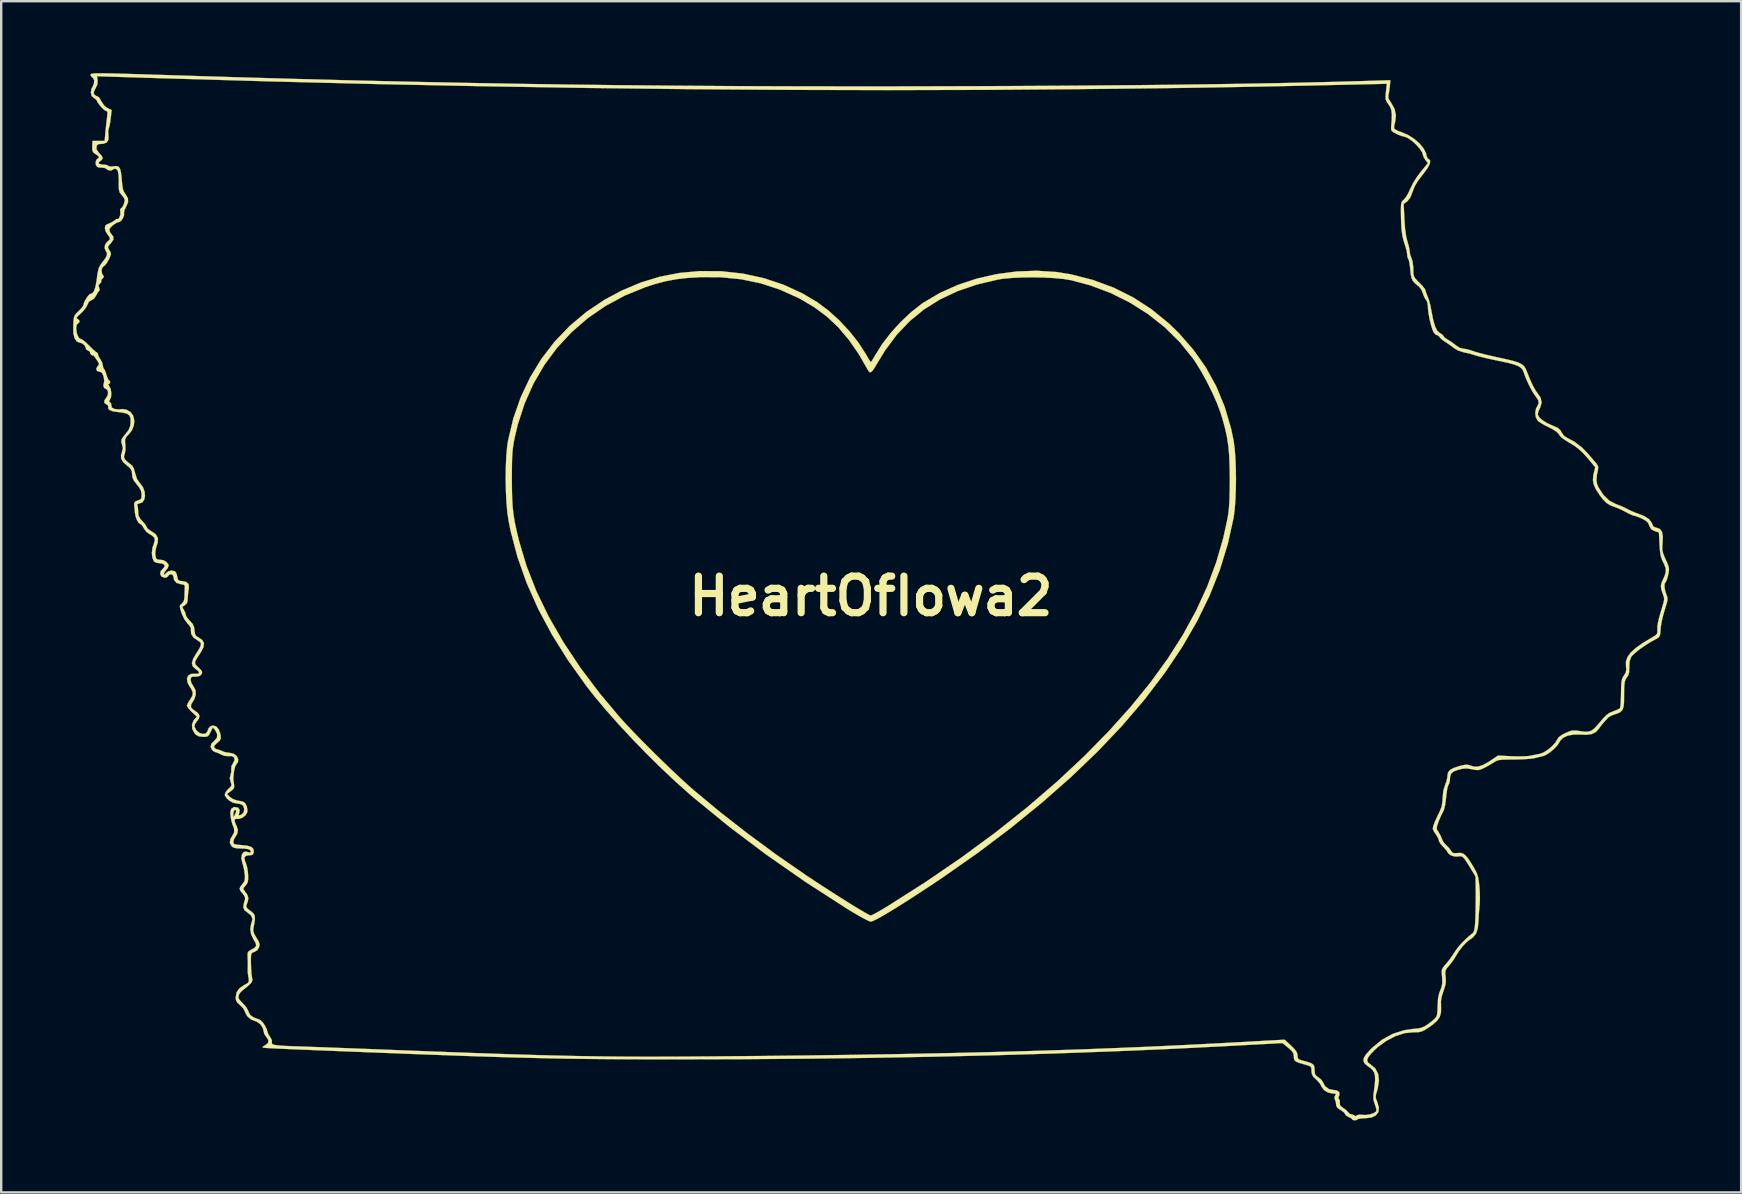
<source format=kicad_pcb>
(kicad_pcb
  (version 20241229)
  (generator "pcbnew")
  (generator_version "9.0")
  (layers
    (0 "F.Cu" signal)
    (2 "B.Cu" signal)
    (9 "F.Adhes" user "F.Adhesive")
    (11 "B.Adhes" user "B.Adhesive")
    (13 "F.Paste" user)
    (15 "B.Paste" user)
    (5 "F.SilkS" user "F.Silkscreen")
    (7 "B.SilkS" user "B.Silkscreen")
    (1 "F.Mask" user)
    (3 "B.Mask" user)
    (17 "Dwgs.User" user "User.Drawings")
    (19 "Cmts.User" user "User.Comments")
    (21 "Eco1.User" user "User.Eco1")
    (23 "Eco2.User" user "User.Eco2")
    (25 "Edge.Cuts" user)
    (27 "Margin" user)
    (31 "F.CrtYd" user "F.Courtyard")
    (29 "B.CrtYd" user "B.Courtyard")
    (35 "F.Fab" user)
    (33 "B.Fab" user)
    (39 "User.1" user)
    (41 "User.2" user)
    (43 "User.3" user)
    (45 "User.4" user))
  (footprint "HeartOfIowa2"
    (layer "F.Cu")
    (at 33.239 21.793)
    (property "Reference" "HeartOfIowa2" (at 0 0 0) (layer "F.SilkS") (effects (font (size 1.524 1.524) (thickness 0.3))))
    (attr through_hole)
    (fp_poly (pts (xy 7.738 -13.508) (xy 8.331 -13.413) (xy 9.253 -13.177) (xy 10.121 -12.856) (xy 10.935 -12.448) (xy 11.699 -11.953) (xy 12.414 -11.37) (xy 12.831 -10.966) (xy 13.442 -10.268) (xy 13.964 -9.527) (xy 14.397 -8.738) (xy 14.744 -7.898) (xy 15.008 -7.002) (xy 15.119 -6.477) (xy 15.162 -6.164) (xy 15.192 -5.774) (xy 15.211 -5.335) (xy 15.217 -4.87) (xy 15.21 -4.404) (xy 15.191 -3.964) (xy 15.16 -3.574) (xy 15.12 -3.277) (xy 14.879 -2.184) (xy 14.546 -1.101) (xy 14.118 -0.026) (xy 13.596 1.045) (xy 12.977 2.115) (xy 12.259 3.186) (xy 11.442 4.262) (xy 11.376 4.344) (xy 10.459 5.414) (xy 9.443 6.483) (xy 8.331 7.549) (xy 7.126 8.609) (xy 5.832 9.661) (xy 4.45 10.703) (xy 2.984 11.73) (xy 2.509 12.048) (xy 1.976 12.399) (xy 1.496 12.708) (xy 1.074 12.974) (xy 0.714 13.194) (xy 0.42 13.366) (xy 0.197 13.485) (xy 0.05 13.551) (xy -0.003 13.563) (xy -0.084 13.537) (xy -0.234 13.464) (xy -0.44 13.352) (xy -0.687 13.21) (xy -0.958 13.046) (xy -0.991 13.026) (xy -2.723 11.908) (xy -4.358 10.77) (xy -5.901 9.608) (xy -7.355 8.42) (xy -7.569 8.236) (xy -8.142 7.726) (xy -8.736 7.166) (xy -9.338 6.573) (xy -9.93 5.963) (xy -10.499 5.352) (xy -11.028 4.756) (xy -11.503 4.19) (xy -11.842 3.759) (xy -12.616 2.676) (xy -13.29 1.599) (xy -13.865 0.524) (xy -14.343 -0.551) (xy -14.724 -1.629) (xy -15.009 -2.711) (xy -15.098 -3.15) (xy -15.149 -3.505) (xy -15.185 -3.931) (xy -15.208 -4.401) (xy -15.217 -4.877) (xy -14.959 -4.877) (xy -14.955 -4.416) (xy -14.944 -4.031) (xy -14.923 -3.696) (xy -14.887 -3.386) (xy -14.836 -3.074) (xy -14.764 -2.736) (xy -14.67 -2.345) (xy -14.655 -2.285) (xy -14.344 -1.247) (xy -13.933 -0.2) (xy -13.423 0.854) (xy -12.814 1.914) (xy -12.108 2.977) (xy -11.305 4.043) (xy -10.478 5.029) (xy -10.208 5.327) (xy -9.878 5.675) (xy -9.505 6.058) (xy -9.105 6.459) (xy -8.694 6.862) (xy -8.29 7.251) (xy -7.909 7.61) (xy -7.566 7.922) (xy -7.366 8.097) (xy -6.279 9) (xy -5.121 9.902) (xy -3.923 10.784) (xy -2.711 11.622) (xy -2.692 11.635) (xy -2.34 11.869) (xy -1.978 12.106) (xy -1.617 12.339) (xy -1.267 12.561) (xy -0.939 12.767) (xy -0.644 12.949) (xy -0.392 13.101) (xy -0.194 13.216) (xy -0.061 13.288) (xy -0.006 13.31) (xy 0.062 13.284) (xy 0.197 13.214) (xy 0.384 13.109) (xy 0.604 12.979) (xy 0.69 12.927) (xy 2.259 11.929) (xy 3.759 10.904) (xy 5.183 9.857) (xy 6.524 8.792) (xy 7.776 7.715) (xy 8.908 6.655) (xy 9.919 5.625) (xy 10.832 4.609) (xy 11.649 3.603) (xy 12.374 2.604) (xy 13.009 1.607) (xy 13.555 0.608) (xy 14.016 -0.397) (xy 14.394 -1.411) (xy 14.691 -2.439) (xy 14.867 -3.251) (xy 14.901 -3.46) (xy 14.925 -3.689) (xy 14.943 -3.956) (xy 14.953 -4.281) (xy 14.958 -4.681) (xy 14.959 -4.877) (xy 14.953 -5.408) (xy 14.934 -5.862) (xy 14.898 -6.263) (xy 14.841 -6.636) (xy 14.76 -7.005) (xy 14.652 -7.394) (xy 14.577 -7.633) (xy 14.432 -8.026) (xy 14.238 -8.466) (xy 14.013 -8.921) (xy 13.772 -9.359) (xy 13.532 -9.749) (xy 13.426 -9.905) (xy 12.878 -10.583) (xy 12.253 -11.2) (xy 11.56 -11.75) (xy 10.806 -12.229) (xy 9.999 -12.631) (xy 9.146 -12.952) (xy 8.351 -13.165) (xy 8.038 -13.217) (xy 7.65 -13.255) (xy 7.213 -13.278) (xy 6.753 -13.287) (xy 6.296 -13.281) (xy 5.867 -13.26) (xy 5.493 -13.224) (xy 5.297 -13.193) (xy 4.419 -12.985) (xy 3.615 -12.711) (xy 2.883 -12.366) (xy 2.219 -11.95) (xy 1.619 -11.46) (xy 1.08 -10.892) (xy 0.598 -10.246) (xy 0.304 -9.764) (xy 0.171 -9.539) (xy 0.074 -9.397) (xy 0.001 -9.332) (xy -0.055 -9.333) (xy -0.105 -9.395) (xy -0.108 -9.401) (xy -0.503 -10.087) (xy -0.915 -10.682) (xy -1.352 -11.198) (xy -1.826 -11.646) (xy -2.348 -12.036) (xy -2.928 -12.38) (xy -3.029 -12.432) (xy -3.805 -12.781) (xy -4.595 -13.038) (xy -5.413 -13.207) (xy -6.268 -13.29) (xy -7.061 -13.294) (xy -7.618 -13.263) (xy -8.109 -13.207) (xy -8.57 -13.119) (xy -9.035 -12.994) (xy -9.401 -12.874) (xy -10.26 -12.523) (xy -11.061 -12.091) (xy -11.799 -11.582) (xy -12.471 -11.001) (xy -13.074 -10.351) (xy -13.603 -9.637) (xy -14.055 -8.863) (xy -14.426 -8.033) (xy -14.712 -7.153) (xy -14.844 -6.592) (xy -14.884 -6.384) (xy -14.913 -6.192) (xy -14.934 -5.995) (xy -14.947 -5.771) (xy -14.955 -5.502) (xy -14.958 -5.166) (xy -14.959 -4.877) (xy -15.217 -4.877) (xy -15.217 -4.891) (xy -15.211 -5.375) (xy -15.191 -5.829) (xy -15.156 -6.226) (xy -15.119 -6.477) (xy -14.899 -7.403) (xy -14.591 -8.284) (xy -14.199 -9.114) (xy -13.726 -9.89) (xy -13.175 -10.606) (xy -12.55 -11.259) (xy -11.855 -11.843) (xy -11.092 -12.354) (xy -10.389 -12.73) (xy -9.593 -13.066) (xy -8.801 -13.31) (xy -7.989 -13.468) (xy -7.137 -13.546) (xy -6.225 -13.54) (xy -5.33 -13.441) (xy -4.462 -13.252) (xy -3.63 -12.975) (xy -2.843 -12.612) (xy -2.235 -12.251) (xy -1.775 -11.909) (xy -1.321 -11.498) (xy -0.895 -11.043) (xy -0.518 -10.569) (xy -0.214 -10.098) (xy -0.191 -10.057) (xy -0.105 -9.906) (xy -0.036 -9.797) (xy -0.00023 -9.755) (xy 0 -9.755) (xy 0.035 -9.796) (xy 0.103 -9.903) (xy 0.189 -10.052) (xy 0.476 -10.509) (xy 0.837 -10.976) (xy 1.246 -11.427) (xy 1.683 -11.838) (xy 2.123 -12.184) (xy 2.188 -12.228) (xy 2.871 -12.632) (xy 3.617 -12.966) (xy 4.409 -13.23) (xy 5.233 -13.418) (xy 6.072 -13.53) (xy 6.913 -13.56) (xy 7.738 -13.508)) (stroke (width 0.01) (type solid)) (fill yes) (layer "F.SilkS"))
    (fp_poly (pts (xy -31.976 -21.787) (xy -31.742 -21.784) (xy -31.449 -21.777) (xy -31.09 -21.768) (xy -30.657 -21.755) (xy -30.145 -21.739) (xy -29.547 -21.721) (xy -28.855 -21.699) (xy -28.677 -21.693) (xy -26.251 -21.619) (xy -23.89 -21.552) (xy -21.58 -21.492) (xy -19.309 -21.439) (xy -17.064 -21.393) (xy -14.833 -21.353) (xy -12.602 -21.319) (xy -10.36 -21.292) (xy -8.092 -21.271) (xy -5.787 -21.256) (xy -3.433 -21.247) (xy -1.015 -21.243) (xy 1.479 -21.244) (xy 4.06 -21.251) (xy 4.166 -21.251) (xy 6.039 -21.259) (xy 7.816 -21.269) (xy 9.501 -21.281) (xy 11.099 -21.295) (xy 12.615 -21.311) (xy 14.055 -21.33) (xy 15.422 -21.351) (xy 16.722 -21.374) (xy 17.96 -21.4) (xy 19.14 -21.428) (xy 20.268 -21.459) (xy 20.517 -21.466) (xy 21.654 -21.5) (xy 21.626 -21.228) (xy 21.604 -21.052) (xy 21.579 -20.905) (xy 21.566 -20.852) (xy 21.572 -20.74) (xy 21.658 -20.593) (xy 21.686 -20.556) (xy 21.824 -20.309) (xy 21.882 -20.034) (xy 21.852 -19.763) (xy 21.845 -19.738) (xy 21.811 -19.601) (xy 21.806 -19.5) (xy 21.809 -19.488) (xy 21.868 -19.439) (xy 21.995 -19.378) (xy 22.121 -19.333) (xy 22.388 -19.219) (xy 22.641 -19.057) (xy 22.863 -18.865) (xy 23.034 -18.659) (xy 23.139 -18.456) (xy 23.163 -18.332) (xy 23.205 -18.242) (xy 23.241 -18.219) (xy 23.309 -18.153) (xy 23.301 -18.036) (xy 23.216 -17.863) (xy 23.051 -17.633) (xy 22.994 -17.562) (xy 22.797 -17.301) (xy 22.664 -17.076) (xy 22.578 -16.858) (xy 22.578 -16.857) (xy 22.481 -16.613) (xy 22.364 -16.461) (xy 22.346 -16.446) (xy 22.206 -16.344) (xy 22.236 -15.703) (xy 22.265 -15.298) (xy 22.311 -14.98) (xy 22.36 -14.788) (xy 22.413 -14.608) (xy 22.447 -14.446) (xy 22.454 -14.374) (xy 22.478 -14.226) (xy 22.529 -14.09) (xy 22.574 -13.95) (xy 22.601 -13.752) (xy 22.606 -13.626) (xy 22.609 -13.455) (xy 22.629 -13.341) (xy 22.682 -13.246) (xy 22.783 -13.135) (xy 22.86 -13.06) (xy 22.987 -12.928) (xy 23.078 -12.816) (xy 23.114 -12.749) (xy 23.114 -12.748) (xy 23.134 -12.663) (xy 23.184 -12.53) (xy 23.208 -12.475) (xy 23.264 -12.317) (xy 23.32 -12.105) (xy 23.361 -11.894) (xy 23.434 -11.515) (xy 23.516 -11.235) (xy 23.608 -11.054) (xy 23.707 -10.97) (xy 23.811 -10.905) (xy 23.858 -10.845) (xy 23.922 -10.769) (xy 24.035 -10.691) (xy 24.047 -10.684) (xy 24.192 -10.596) (xy 24.346 -10.481) (xy 24.373 -10.458) (xy 24.539 -10.35) (xy 24.689 -10.312) (xy 24.824 -10.294) (xy 24.999 -10.246) (xy 25.087 -10.214) (xy 25.222 -10.17) (xy 25.433 -10.113) (xy 25.697 -10.047) (xy 25.993 -9.979) (xy 26.189 -9.936) (xy 26.537 -9.86) (xy 26.8 -9.795) (xy 26.991 -9.732) (xy 27.126 -9.665) (xy 27.219 -9.587) (xy 27.284 -9.49) (xy 27.331 -9.38) (xy 27.477 -9.016) (xy 27.608 -8.734) (xy 27.722 -8.539) (xy 27.769 -8.48) (xy 27.911 -8.273) (xy 27.955 -8.066) (xy 27.899 -7.867) (xy 27.884 -7.841) (xy 27.82 -7.702) (xy 27.795 -7.576) (xy 27.797 -7.559) (xy 27.857 -7.45) (xy 27.995 -7.328) (xy 28.192 -7.206) (xy 28.427 -7.099) (xy 28.462 -7.086) (xy 28.633 -7.01) (xy 28.734 -6.92) (xy 28.781 -6.833) (xy 28.886 -6.684) (xy 29.001 -6.607) (xy 29.325 -6.432) (xy 29.642 -6.19) (xy 29.906 -5.916) (xy 30.039 -5.756) (xy 30.158 -5.617) (xy 30.24 -5.526) (xy 30.244 -5.522) (xy 30.312 -5.396) (xy 30.306 -5.291) (xy 30.253 -5.027) (xy 30.239 -4.828) (xy 30.266 -4.665) (xy 30.318 -4.543) (xy 30.526 -4.22) (xy 30.77 -3.983) (xy 31.044 -3.838) (xy 31.05 -3.837) (xy 31.249 -3.762) (xy 31.446 -3.672) (xy 31.521 -3.633) (xy 31.701 -3.543) (xy 31.89 -3.466) (xy 31.928 -3.454) (xy 32.226 -3.339) (xy 32.432 -3.206) (xy 32.543 -3.059) (xy 32.554 -3.025) (xy 32.609 -2.906) (xy 32.71 -2.857) (xy 32.732 -2.854) (xy 32.877 -2.803) (xy 32.967 -2.686) (xy 33.004 -2.494) (xy 32.995 -2.238) (xy 32.98 -2.048) (xy 32.986 -1.907) (xy 33.02 -1.772) (xy 33.089 -1.602) (xy 33.125 -1.525) (xy 33.207 -1.34) (xy 33.252 -1.211) (xy 33.263 -1.104) (xy 33.248 -0.984) (xy 33.228 -0.889) (xy 33.186 -0.731) (xy 33.143 -0.618) (xy 33.118 -0.582) (xy 33.078 -0.504) (xy 33.076 -0.362) (xy 33.111 -0.189) (xy 33.15 -0.078) (xy 33.19 0.034) (xy 33.201 0.131) (xy 33.181 0.25) (xy 33.129 0.424) (xy 33.025 0.773) (xy 32.957 1.055) (xy 32.918 1.299) (xy 32.906 1.448) (xy 32.892 1.603) (xy 32.856 1.694) (xy 32.774 1.759) (xy 32.69 1.803) (xy 32.474 1.923) (xy 32.247 2.067) (xy 32.031 2.22) (xy 31.848 2.366) (xy 31.721 2.488) (xy 31.684 2.537) (xy 31.619 2.723) (xy 31.607 2.965) (xy 31.601 3.18) (xy 31.556 3.315) (xy 31.54 3.337) (xy 31.473 3.428) (xy 31.429 3.534) (xy 31.403 3.675) (xy 31.392 3.873) (xy 31.391 4.151) (xy 31.391 4.152) (xy 31.388 4.429) (xy 31.365 4.623) (xy 31.314 4.753) (xy 31.224 4.839) (xy 31.087 4.899) (xy 31 4.924) (xy 30.851 4.981) (xy 30.734 5.053) (xy 30.72 5.067) (xy 30.566 5.236) (xy 30.46 5.358) (xy 30.384 5.46) (xy 30.349 5.511) (xy 30.216 5.66) (xy 30.045 5.747) (xy 29.817 5.778) (xy 29.595 5.768) (xy 29.293 5.766) (xy 29.034 5.815) (xy 28.835 5.911) (xy 28.713 6.047) (xy 28.7 6.077) (xy 28.615 6.211) (xy 28.472 6.364) (xy 28.3 6.509) (xy 28.131 6.619) (xy 28.02 6.664) (xy 27.864 6.7) (xy 27.685 6.745) (xy 27.661 6.751) (xy 27.531 6.772) (xy 27.328 6.789) (xy 27.078 6.801) (xy 26.809 6.806) (xy 26.797 6.806) (xy 26.518 6.809) (xy 26.32 6.816) (xy 26.183 6.831) (xy 26.086 6.857) (xy 26.009 6.896) (xy 25.984 6.912) (xy 25.848 6.997) (xy 25.673 7.097) (xy 25.582 7.145) (xy 25.431 7.218) (xy 25.316 7.248) (xy 25.189 7.241) (xy 25.047 7.214) (xy 24.852 7.182) (xy 24.69 7.186) (xy 24.503 7.229) (xy 24.477 7.236) (xy 24.292 7.303) (xy 24.187 7.386) (xy 24.141 7.513) (xy 24.131 7.673) (xy 24.109 7.795) (xy 24.072 7.861) (xy 24.042 7.936) (xy 24.011 8.085) (xy 23.984 8.282) (xy 23.975 8.378) (xy 23.936 8.693) (xy 23.879 8.915) (xy 23.837 9.002) (xy 23.761 9.152) (xy 23.68 9.34) (xy 23.647 9.43) (xy 23.596 9.583) (xy 23.581 9.677) (xy 23.604 9.752) (xy 23.662 9.839) (xy 23.746 9.983) (xy 23.801 10.123) (xy 23.802 10.126) (xy 23.866 10.254) (xy 23.972 10.373) (xy 23.977 10.377) (xy 24.093 10.491) (xy 24.178 10.609) (xy 24.18 10.611) (xy 24.236 10.689) (xy 24.319 10.714) (xy 24.436 10.705) (xy 24.571 10.699) (xy 24.683 10.729) (xy 24.788 10.81) (xy 24.904 10.953) (xy 25.046 11.172) (xy 25.072 11.214) (xy 25.187 11.411) (xy 25.262 11.566) (xy 25.308 11.718) (xy 25.339 11.905) (xy 25.359 12.09) (xy 25.377 12.346) (xy 25.382 12.604) (xy 25.375 12.822) (xy 25.37 12.878) (xy 25.349 13.099) (xy 25.331 13.357) (xy 25.324 13.538) (xy 25.295 13.838) (xy 25.223 14.059) (xy 25.099 14.217) (xy 24.985 14.296) (xy 24.836 14.408) (xy 24.668 14.584) (xy 24.505 14.795) (xy 24.371 15.011) (xy 24.363 15.027) (xy 24.275 15.168) (xy 24.154 15.328) (xy 24.098 15.393) (xy 23.994 15.516) (xy 23.946 15.613) (xy 23.939 15.73) (xy 23.953 15.86) (xy 23.964 16.043) (xy 23.942 16.212) (xy 23.879 16.415) (xy 23.863 16.459) (xy 23.789 16.69) (xy 23.758 16.889) (xy 23.763 17.104) (xy 23.762 17.34) (xy 23.711 17.53) (xy 23.596 17.698) (xy 23.406 17.864) (xy 23.257 17.969) (xy 23.083 18.079) (xy 22.953 18.142) (xy 22.828 18.17) (xy 22.668 18.175) (xy 22.606 18.174) (xy 22.247 18.211) (xy 21.869 18.332) (xy 21.492 18.526) (xy 21.137 18.783) (xy 21.018 18.891) (xy 20.829 19.084) (xy 20.718 19.232) (xy 20.683 19.345) (xy 20.72 19.436) (xy 20.826 19.516) (xy 20.827 19.517) (xy 21.024 19.683) (xy 21.14 19.907) (xy 21.175 20.184) (xy 21.126 20.51) (xy 21.099 20.606) (xy 21.052 20.767) (xy 21.04 20.876) (xy 21.062 20.975) (xy 21.103 21.072) (xy 21.172 21.307) (xy 21.151 21.499) (xy 21.043 21.641) (xy 20.854 21.729) (xy 20.601 21.757) (xy 20.441 21.764) (xy 20.326 21.783) (xy 20.29 21.8) (xy 20.229 21.835) (xy 20.14 21.842) (xy 20.074 21.822) (xy 20.066 21.804) (xy 20.024 21.761) (xy 19.921 21.71) (xy 19.914 21.707) (xy 19.808 21.648) (xy 19.761 21.584) (xy 19.761 21.582) (xy 19.72 21.517) (xy 19.617 21.438) (xy 19.571 21.411) (xy 19.435 21.315) (xy 19.391 21.221) (xy 19.392 21.207) (xy 19.378 21.083) (xy 19.346 20.995) (xy 19.315 20.885) (xy 19.353 20.804) (xy 19.383 20.753) (xy 19.344 20.731) (xy 19.241 20.726) (xy 19.051 20.686) (xy 18.886 20.582) (xy 18.779 20.437) (xy 18.768 20.408) (xy 18.711 20.307) (xy 18.604 20.185) (xy 18.55 20.135) (xy 18.429 20.014) (xy 18.375 19.902) (xy 18.364 19.784) (xy 18.36 19.679) (xy 18.333 19.615) (xy 18.26 19.571) (xy 18.119 19.527) (xy 18.059 19.51) (xy 17.852 19.45) (xy 17.724 19.399) (xy 17.657 19.341) (xy 17.631 19.263) (xy 17.628 19.18) (xy 17.613 19.069) (xy 17.556 18.97) (xy 17.437 18.856) (xy 17.391 18.818) (xy 17.155 18.624) (xy 14.585 18.762) (xy 12.352 18.874) (xy 10.027 18.972) (xy 7.616 19.059) (xy 5.129 19.133) (xy 2.574 19.193) (xy -0.043 19.241) (xy -2.712 19.275) (xy -5.425 19.296) (xy -8.175 19.303) (xy -8.306 19.303) (xy -9.13 19.302) (xy -9.906 19.3) (xy -10.644 19.296) (xy -11.355 19.29) (xy -12.05 19.282) (xy -12.74 19.272) (xy -13.435 19.258) (xy -14.146 19.242) (xy -14.883 19.223) (xy -15.657 19.2) (xy -16.48 19.174) (xy -17.361 19.143) (xy -18.311 19.109) (xy -19.342 19.07) (xy -20.463 19.026) (xy -20.472 19.026) (xy -21.284 18.994) (xy -22.001 18.966) (xy -22.628 18.941) (xy -23.171 18.919) (xy -23.637 18.9) (xy -24.031 18.884) (xy -24.359 18.87) (xy -24.628 18.858) (xy -24.843 18.848) (xy -25.011 18.84) (xy -25.136 18.832) (xy -25.226 18.826) (xy -25.287 18.82) (xy -25.323 18.814) (xy -25.342 18.808) (xy -25.348 18.803) (xy -25.349 18.797) (xy -25.308 18.752) (xy -25.222 18.704) (xy -25.118 18.615) (xy -25.106 18.499) (xy -25.186 18.374) (xy -25.197 18.364) (xy -25.275 18.249) (xy -25.298 18.148) (xy -25.341 17.984) (xy -25.447 17.832) (xy -25.588 17.731) (xy -25.641 17.714) (xy -25.834 17.637) (xy -25.989 17.503) (xy -26.074 17.341) (xy -26.077 17.329) (xy -26.145 17.187) (xy -26.277 17.049) (xy -26.287 17.042) (xy -26.406 16.934) (xy -26.458 16.827) (xy -26.467 16.718) (xy -26.431 16.51) (xy -26.315 16.344) (xy -26.11 16.204) (xy -26.102 16.2) (xy -25.976 16.131) (xy -25.923 16.069) (xy -25.92 15.981) (xy -25.933 15.909) (xy -25.957 15.751) (xy -25.966 15.617) (xy -25.966 15.608) (xy -25.962 15.255) (xy -25.972 14.987) (xy -25.969 14.868) (xy -25.924 14.794) (xy -25.81 14.728) (xy -25.794 14.72) (xy -25.663 14.642) (xy -25.613 14.558) (xy -25.641 14.443) (xy -25.73 14.295) (xy -25.826 14.087) (xy -25.858 13.859) (xy -25.823 13.652) (xy -25.802 13.606) (xy -25.768 13.45) (xy -25.829 13.304) (xy -25.958 13.197) (xy -26.095 13.095) (xy -26.149 12.976) (xy -26.13 12.812) (xy -26.111 12.75) (xy -26.075 12.617) (xy -26.086 12.526) (xy -26.154 12.425) (xy -26.18 12.394) (xy -26.276 12.272) (xy -26.305 12.186) (xy -26.267 12.098) (xy -26.189 12) (xy -26.115 11.897) (xy -26.084 11.794) (xy -26.085 11.648) (xy -26.092 11.577) (xy -26.122 11.377) (xy -26.168 11.185) (xy -26.191 11.114) (xy -26.23 10.935) (xy -26.214 10.783) (xy -26.152 10.678) (xy -26.055 10.639) (xy -25.967 10.664) (xy -25.869 10.692) (xy -25.83 10.658) (xy -25.864 10.584) (xy -25.956 10.54) (xy -26.137 10.518) (xy -26.237 10.516) (xy -26.435 10.507) (xy -26.56 10.477) (xy -26.637 10.423) (xy -26.712 10.277) (xy -26.688 10.118) (xy -26.619 10.008) (xy -26.53 9.838) (xy -26.538 9.671) (xy -26.569 9.599) (xy -26.609 9.494) (xy -26.651 9.334) (xy -26.671 9.243) (xy -26.685 9.083) (xy -26.567 9.083) (xy -26.565 9.22) (xy -26.495 9.094) (xy -26.452 8.99) (xy -26.449 8.928) (xy -26.498 8.903) (xy -26.543 8.955) (xy -26.566 9.059) (xy -26.567 9.083) (xy -26.685 9.083) (xy -26.692 9.012) (xy -26.653 8.863) (xy -26.553 8.794) (xy -26.501 8.788) (xy -26.361 8.82) (xy -26.3 8.91) (xy -26.317 9.023) (xy -26.343 9.118) (xy -26.313 9.138) (xy -26.211 9.092) (xy -26.209 9.091) (xy -26.131 9) (xy -26.111 8.87) (xy -26.149 8.747) (xy -26.209 8.689) (xy -26.337 8.648) (xy -26.446 8.636) (xy -26.587 8.603) (xy -26.734 8.519) (xy -26.856 8.409) (xy -26.92 8.297) (xy -26.924 8.269) (xy -26.887 8.168) (xy -26.796 8.054) (xy -26.77 8.03) (xy -26.673 7.939) (xy -26.643 7.865) (xy -26.668 7.766) (xy -26.678 7.738) (xy -26.714 7.585) (xy -26.684 7.452) (xy -26.683 7.451) (xy -26.65 7.314) (xy -26.655 7.215) (xy -26.643 7.08) (xy -26.578 6.962) (xy -26.513 6.822) (xy -26.535 6.717) (xy -26.634 6.663) (xy -26.748 6.668) (xy -26.926 6.657) (xy -27.073 6.599) (xy -27.201 6.537) (xy -27.295 6.504) (xy -27.309 6.502) (xy -27.383 6.468) (xy -27.454 6.404) (xy -27.515 6.276) (xy -27.479 6.144) (xy -27.354 6.023) (xy -27.251 5.905) (xy -27.238 5.755) (xy -27.316 5.594) (xy -27.325 5.582) (xy -27.421 5.464) (xy -27.517 5.666) (xy -27.584 5.792) (xy -27.654 5.849) (xy -27.768 5.863) (xy -27.836 5.862) (xy -28.004 5.842) (xy -28.122 5.777) (xy -28.177 5.72) (xy -28.275 5.542) (xy -28.289 5.349) (xy -28.22 5.175) (xy -28.189 5.137) (xy -28.082 5.023) (xy -28.291 4.831) (xy -28.406 4.712) (xy -28.482 4.61) (xy -28.499 4.564) (xy -28.47 4.479) (xy -28.399 4.357) (xy -28.372 4.318) (xy -28.272 4.151) (xy -28.256 4.009) (xy -28.322 3.859) (xy -28.372 3.789) (xy -28.474 3.605) (xy -28.498 3.442) (xy -28.449 3.315) (xy -28.333 3.241) (xy -28.168 3.236) (xy -28.036 3.237) (xy -27.989 3.193) (xy -28.028 3.118) (xy -28.143 3.031) (xy -28.259 2.926) (xy -28.292 2.79) (xy -28.242 2.614) (xy -28.125 2.412) (xy -27.995 2.209) (xy -27.927 2.068) (xy -27.916 1.972) (xy -27.961 1.904) (xy -28.026 1.862) (xy -28.221 1.728) (xy -28.323 1.578) (xy -28.333 1.442) (xy -28.335 1.332) (xy -28.398 1.222) (xy -28.473 1.14) (xy -28.606 0.962) (xy -28.714 0.732) (xy -28.73 0.684) (xy -28.779 0.523) (xy -28.796 0.428) (xy -28.779 0.372) (xy -28.728 0.324) (xy -28.712 0.312) (xy -28.636 0.222) (xy -28.604 0.084) (xy -28.601 0) (xy -28.597 -0.173) (xy -28.59 -0.323) (xy -28.587 -0.356) (xy -28.592 -0.443) (xy -28.649 -0.483) (xy -28.753 -0.498) (xy -28.931 -0.551) (xy -29.034 -0.668) (xy -29.058 -0.797) (xy -29.094 -0.888) (xy -29.173 -0.917) (xy -29.254 -0.879) (xy -29.28 -0.835) (xy -29.354 -0.775) (xy -29.451 -0.771) (xy -29.565 -0.824) (xy -29.614 -0.925) (xy -29.592 -1.044) (xy -29.511 -1.135) (xy -29.429 -1.227) (xy -29.44 -1.308) (xy -29.534 -1.361) (xy -29.634 -1.372) (xy -29.77 -1.392) (xy -29.865 -1.442) (xy -29.869 -1.446) (xy -29.938 -1.596) (xy -29.961 -1.799) (xy -29.936 -2.013) (xy -29.893 -2.14) (xy -29.837 -2.316) (xy -29.861 -2.442) (xy -29.974 -2.542) (xy -30.058 -2.585) (xy -30.189 -2.681) (xy -30.292 -2.82) (xy -30.295 -2.826) (xy -30.36 -2.937) (xy -30.418 -2.995) (xy -30.427 -2.997) (xy -30.502 -3.043) (xy -30.577 -3.16) (xy -30.637 -3.319) (xy -30.665 -3.467) (xy -30.681 -3.637) (xy -30.695 -3.785) (xy -30.697 -3.81) (xy -30.686 -3.906) (xy -30.611 -3.963) (xy -30.547 -3.985) (xy -30.441 -4.027) (xy -30.396 -4.093) (xy -30.388 -4.222) (xy -30.388 -4.23) (xy -30.408 -4.375) (xy -30.477 -4.513) (xy -30.588 -4.655) (xy -30.71 -4.814) (xy -30.77 -4.946) (xy -30.785 -5.079) (xy -30.797 -5.208) (xy -30.847 -5.306) (xy -30.958 -5.412) (xy -30.993 -5.439) (xy -31.16 -5.593) (xy -31.242 -5.731) (xy -31.247 -5.875) (xy -31.213 -5.983) (xy -31.171 -6.161) (xy -31.193 -6.279) (xy -31.233 -6.415) (xy -31.224 -6.524) (xy -31.156 -6.641) (xy -31.057 -6.758) (xy -30.931 -6.922) (xy -30.867 -7.082) (xy -30.849 -7.203) (xy -30.846 -7.392) (xy -30.887 -7.519) (xy -30.988 -7.599) (xy -31.164 -7.646) (xy -31.338 -7.667) (xy -31.58 -7.702) (xy -31.728 -7.757) (xy -31.787 -7.835) (xy -31.778 -7.907) (xy -31.802 -7.965) (xy -31.855 -7.991) (xy -31.938 -8.051) (xy -31.94 -8.151) (xy -31.861 -8.271) (xy -31.858 -8.274) (xy -31.8 -8.375) (xy -31.786 -8.494) (xy -31.812 -8.593) (xy -31.876 -8.636) (xy -31.877 -8.636) (xy -31.951 -8.678) (xy -31.983 -8.773) (xy -31.962 -8.873) (xy -31.946 -8.971) (xy -31.964 -9.116) (xy -31.972 -9.148) (xy -32.022 -9.283) (xy -32.087 -9.34) (xy -32.136 -9.347) (xy -32.244 -9.383) (xy -32.28 -9.469) (xy -32.231 -9.57) (xy -32.23 -9.571) (xy -32.177 -9.63) (xy -32.165 -9.683) (xy -32.201 -9.76) (xy -32.283 -9.885) (xy -32.359 -9.989) (xy -32.404 -10.037) (xy -32.41 -10.034) (xy -32.442 -10.028) (xy -32.486 -10.058) (xy -32.538 -10.127) (xy -32.537 -10.16) (xy -32.558 -10.202) (xy -32.614 -10.226) (xy -32.697 -10.284) (xy -32.715 -10.34) (xy -32.759 -10.446) (xy -32.862 -10.533) (xy -32.971 -10.565) (xy -33.09 -10.614) (xy -33.179 -10.745) (xy -33.228 -10.938) (xy -33.234 -11.043) (xy -33.233 -11.164) (xy -33.115 -11.164) (xy -33.099 -11.01) (xy -33.056 -10.863) (xy -32.994 -10.755) (xy -32.926 -10.719) (xy -32.85 -10.684) (xy -32.73 -10.591) (xy -32.592 -10.46) (xy -32.572 -10.439) (xy -32.438 -10.305) (xy -32.328 -10.206) (xy -32.262 -10.161) (xy -32.257 -10.16) (xy -32.214 -10.119) (xy -32.207 -10.079) (xy -32.177 -9.984) (xy -32.106 -9.869) (xy -32.106 -9.869) (xy -32.033 -9.741) (xy -32.004 -9.623) (xy -31.987 -9.52) (xy -31.96 -9.479) (xy -31.921 -9.417) (xy -31.874 -9.292) (xy -31.852 -9.222) (xy -31.806 -9.086) (xy -31.761 -9.004) (xy -31.743 -8.992) (xy -31.704 -8.95) (xy -31.699 -8.915) (xy -31.731 -8.848) (xy -31.758 -8.839) (xy -31.776 -8.81) (xy -31.732 -8.746) (xy -31.675 -8.628) (xy -31.651 -8.465) (xy -31.661 -8.303) (xy -31.708 -8.187) (xy -31.712 -8.183) (xy -31.75 -8.122) (xy -31.712 -8.092) (xy -31.663 -8.029) (xy -31.648 -7.948) (xy -31.628 -7.86) (xy -31.547 -7.812) (xy -31.474 -7.795) (xy -31.344 -7.78) (xy -31.258 -7.788) (xy -31.253 -7.791) (xy -31.178 -7.797) (xy -31.051 -7.776) (xy -31.017 -7.767) (xy -30.848 -7.674) (xy -30.739 -7.52) (xy -30.693 -7.326) (xy -30.711 -7.114) (xy -30.795 -6.905) (xy -30.917 -6.752) (xy -31.023 -6.642) (xy -31.072 -6.552) (xy -31.078 -6.437) (xy -31.065 -6.32) (xy -31.057 -6.11) (xy -31.086 -5.948) (xy -31.093 -5.932) (xy -31.124 -5.807) (xy -31.086 -5.697) (xy -30.966 -5.582) (xy -30.89 -5.528) (xy -30.779 -5.436) (xy -30.712 -5.323) (xy -30.664 -5.152) (xy -30.66 -5.131) (xy -30.583 -4.887) (xy -30.458 -4.708) (xy -30.449 -4.699) (xy -30.33 -4.538) (xy -30.263 -4.356) (xy -30.247 -4.175) (xy -30.279 -4.017) (xy -30.36 -3.905) (xy -30.488 -3.861) (xy -30.493 -3.861) (xy -30.565 -3.837) (xy -30.562 -3.78) (xy -30.541 -3.679) (xy -30.531 -3.531) (xy -30.531 -3.499) (xy -30.514 -3.351) (xy -30.448 -3.227) (xy -30.353 -3.121) (xy -30.249 -3.004) (xy -30.185 -2.906) (xy -30.175 -2.873) (xy -30.133 -2.808) (xy -30.029 -2.733) (xy -29.985 -2.709) (xy -29.798 -2.58) (xy -29.708 -2.422) (xy -29.715 -2.234) (xy -29.742 -2.155) (xy -29.794 -1.98) (xy -29.817 -1.799) (xy -29.808 -1.645) (xy -29.767 -1.549) (xy -29.756 -1.541) (xy -29.653 -1.514) (xy -29.6 -1.516) (xy -29.479 -1.498) (xy -29.358 -1.428) (xy -29.275 -1.331) (xy -29.261 -1.277) (xy -29.296 -1.174) (xy -29.362 -1.092) (xy -29.438 -0.995) (xy -29.461 -0.919) (xy -29.446 -0.88) (xy -29.399 -0.925) (xy -29.379 -0.953) (xy -29.272 -1.037) (xy -29.134 -1.067) (xy -29.008 -1.038) (xy -28.967 -1.003) (xy -28.923 -0.908) (xy -28.897 -0.789) (xy -28.87 -0.682) (xy -28.801 -0.639) (xy -28.714 -0.63) (xy -28.53 -0.593) (xy -28.431 -0.503) (xy -28.417 -0.358) (xy -28.421 -0.333) (xy -28.444 -0.185) (xy -28.46 0.002) (xy -28.464 0.07) (xy -28.477 0.227) (xy -28.518 0.322) (xy -28.611 0.395) (xy -28.694 0.441) (xy -28.682 0.484) (xy -28.631 0.567) (xy -28.569 0.687) (xy -28.55 0.776) (xy -28.514 0.864) (xy -28.425 0.98) (xy -28.374 1.031) (xy -28.255 1.164) (xy -28.199 1.303) (xy -28.184 1.422) (xy -28.164 1.572) (xy -28.117 1.659) (xy -28.021 1.72) (xy -28.016 1.722) (xy -27.858 1.828) (xy -27.789 1.96) (xy -27.81 2.126) (xy -27.918 2.336) (xy -27.938 2.367) (xy -28.066 2.559) (xy -28.14 2.688) (xy -28.164 2.777) (xy -28.141 2.848) (xy -28.072 2.923) (xy -28.017 2.974) (xy -27.908 3.083) (xy -27.866 3.159) (xy -27.878 3.229) (xy -27.888 3.248) (xy -27.96 3.323) (xy -28.088 3.351) (xy -28.145 3.353) (xy -28.275 3.359) (xy -28.332 3.393) (xy -28.346 3.472) (xy -28.346 3.489) (xy -28.312 3.624) (xy -28.235 3.745) (xy -28.142 3.912) (xy -28.13 4.111) (xy -28.199 4.311) (xy -28.235 4.366) (xy -28.324 4.514) (xy -28.331 4.624) (xy -28.251 4.72) (xy -28.174 4.772) (xy -28.026 4.884) (xy -27.971 4.99) (xy -28.006 5.108) (xy -28.067 5.19) (xy -28.164 5.326) (xy -28.185 5.434) (xy -28.131 5.55) (xy -28.089 5.607) (xy -27.976 5.7) (xy -27.844 5.742) (xy -27.727 5.729) (xy -27.657 5.657) (xy -27.655 5.652) (xy -27.59 5.496) (xy -27.505 5.417) (xy -27.417 5.394) (xy -27.284 5.425) (xy -27.177 5.546) (xy -27.105 5.745) (xy -27.094 5.805) (xy -27.086 5.933) (xy -27.129 6.02) (xy -27.223 6.1) (xy -27.346 6.214) (xy -27.371 6.302) (xy -27.298 6.364) (xy -27.241 6.381) (xy -27.097 6.427) (xy -27 6.47) (xy -26.881 6.509) (xy -26.725 6.529) (xy -26.708 6.53) (xy -26.548 6.569) (xy -26.429 6.661) (xy -26.365 6.783) (xy -26.369 6.911) (xy -26.436 7.006) (xy -26.485 7.09) (xy -26.525 7.232) (xy -26.537 7.305) (xy -26.557 7.476) (xy -26.565 7.588) (xy -26.56 7.679) (xy -26.544 7.791) (xy -26.538 7.829) (xy -26.528 7.958) (xy -26.568 8.044) (xy -26.669 8.127) (xy -26.829 8.241) (xy -26.716 8.362) (xy -26.586 8.454) (xy -26.427 8.511) (xy -26.421 8.513) (xy -26.274 8.54) (xy -26.162 8.564) (xy -26.155 8.566) (xy -26.066 8.636) (xy -26.002 8.768) (xy -25.977 8.924) (xy -25.987 9.011) (xy -26.062 9.136) (xy -26.194 9.235) (xy -26.344 9.285) (xy -26.422 9.28) (xy -26.498 9.291) (xy -26.513 9.37) (xy -26.466 9.505) (xy -26.441 9.55) (xy -26.374 9.736) (xy -26.403 9.906) (xy -26.467 10.008) (xy -26.539 10.132) (xy -26.567 10.242) (xy -26.558 10.299) (xy -26.514 10.335) (xy -26.415 10.357) (xy -26.237 10.373) (xy -26.214 10.375) (xy -25.968 10.404) (xy -25.811 10.455) (xy -25.73 10.535) (xy -25.714 10.65) (xy -25.715 10.664) (xy -25.741 10.754) (xy -25.81 10.791) (xy -25.908 10.798) (xy -26.045 10.822) (xy -26.102 10.897) (xy -26.083 11.03) (xy -26.039 11.136) (xy -25.995 11.28) (xy -25.961 11.475) (xy -25.949 11.619) (xy -25.948 11.805) (xy -25.968 11.925) (xy -26.017 12.015) (xy -26.058 12.063) (xy -26.135 12.155) (xy -26.144 12.217) (xy -26.101 12.28) (xy -25.98 12.446) (xy -25.938 12.589) (xy -25.968 12.743) (xy -25.981 12.775) (xy -26.02 12.876) (xy -26.027 12.945) (xy -25.986 13.009) (xy -25.886 13.092) (xy -25.789 13.165) (xy -25.714 13.236) (xy -25.673 13.322) (xy -25.665 13.445) (xy -25.688 13.626) (xy -25.73 13.843) (xy -25.736 13.96) (xy -25.692 14.086) (xy -25.602 14.236) (xy -25.51 14.389) (xy -25.472 14.496) (xy -25.481 14.592) (xy -25.488 14.614) (xy -25.555 14.741) (xy -25.675 14.82) (xy -25.76 14.851) (xy -25.8 14.879) (xy -25.823 14.948) (xy -25.833 15.076) (xy -25.832 15.283) (xy -25.831 15.324) (xy -25.823 15.546) (xy -25.808 15.743) (xy -25.79 15.883) (xy -25.783 15.912) (xy -25.772 16.018) (xy -25.818 16.111) (xy -25.896 16.191) (xy -26.032 16.31) (xy -26.166 16.413) (xy -26.18 16.423) (xy -26.287 16.53) (xy -26.346 16.644) (xy -26.352 16.735) (xy -26.309 16.823) (xy -26.202 16.936) (xy -26.176 16.961) (xy -26.043 17.107) (xy -25.955 17.254) (xy -25.937 17.307) (xy -25.867 17.452) (xy -25.732 17.547) (xy -25.608 17.6) (xy -25.524 17.627) (xy -25.516 17.628) (xy -25.433 17.669) (xy -25.332 17.773) (xy -25.239 17.91) (xy -25.176 18.047) (xy -25.165 18.087) (xy -25.113 18.243) (xy -25.032 18.374) (xy -25.031 18.374) (xy -24.96 18.499) (xy -24.956 18.588) (xy -24.961 18.631) (xy -24.941 18.664) (xy -24.887 18.691) (xy -24.787 18.711) (xy -24.631 18.728) (xy -24.406 18.742) (xy -24.102 18.755) (xy -23.707 18.768) (xy -23.698 18.769) (xy -23.491 18.776) (xy -23.194 18.787) (xy -22.819 18.8) (xy -22.378 18.817) (xy -21.883 18.835) (xy -21.346 18.856) (xy -20.778 18.877) (xy -20.192 18.9) (xy -19.609 18.923) (xy -18.483 18.966) (xy -17.45 19.005) (xy -16.5 19.04) (xy -15.623 19.07) (xy -14.811 19.097) (xy -14.053 19.12) (xy -13.341 19.139) (xy -12.665 19.155) (xy -12.016 19.168) (xy -11.385 19.178) (xy -10.762 19.185) (xy -10.138 19.19) (xy -9.503 19.192) (xy -8.849 19.192) (xy -8.166 19.19) (xy -7.445 19.186) (xy -6.756 19.181) (xy -4.72 19.163) (xy -2.778 19.142) (xy -0.924 19.117) (xy 0.848 19.089) (xy 2.547 19.057) (xy 4.177 19.021) (xy 5.747 18.981) (xy 7.263 18.937) (xy 8.731 18.889) (xy 10.159 18.835) (xy 11.553 18.777) (xy 12.921 18.714) (xy 14.268 18.646) (xy 14.834 18.615) (xy 17.247 18.483) (xy 17.513 18.731) (xy 17.662 18.88) (xy 17.745 18.994) (xy 17.778 19.096) (xy 17.78 19.14) (xy 17.79 19.243) (xy 17.838 19.302) (xy 17.952 19.344) (xy 17.996 19.355) (xy 18.221 19.416) (xy 18.366 19.47) (xy 18.447 19.53) (xy 18.483 19.61) (xy 18.491 19.724) (xy 18.491 19.739) (xy 18.502 19.887) (xy 18.547 19.977) (xy 18.644 20.049) (xy 18.756 20.134) (xy 18.822 20.22) (xy 18.824 20.225) (xy 18.928 20.42) (xy 19.087 20.54) (xy 19.251 20.574) (xy 19.424 20.599) (xy 19.52 20.67) (xy 19.529 20.777) (xy 19.511 20.822) (xy 19.482 20.917) (xy 19.512 20.958) (xy 19.546 21.029) (xy 19.545 21.113) (xy 19.55 21.207) (xy 19.621 21.287) (xy 19.693 21.334) (xy 19.812 21.419) (xy 19.888 21.499) (xy 19.895 21.513) (xy 19.965 21.579) (xy 20.018 21.59) (xy 20.113 21.616) (xy 20.144 21.643) (xy 20.2 21.667) (xy 20.246 21.639) (xy 20.349 21.606) (xy 20.466 21.614) (xy 20.616 21.623) (xy 20.786 21.598) (xy 20.941 21.55) (xy 21.045 21.487) (xy 21.066 21.458) (xy 21.064 21.366) (xy 21.025 21.231) (xy 21.005 21.183) (xy 20.946 20.991) (xy 20.945 20.783) (xy 20.951 20.741) (xy 20.994 20.412) (xy 21.015 20.166) (xy 21.009 19.984) (xy 20.974 19.849) (xy 20.907 19.744) (xy 20.803 19.651) (xy 20.726 19.598) (xy 20.592 19.489) (xy 20.528 19.38) (xy 20.539 19.258) (xy 20.625 19.109) (xy 20.791 18.921) (xy 20.887 18.825) (xy 21.302 18.486) (xy 21.754 18.238) (xy 22.238 18.085) (xy 22.581 18.037) (xy 22.797 18.016) (xy 22.949 17.985) (xy 23.076 17.93) (xy 23.216 17.84) (xy 23.255 17.811) (xy 23.403 17.695) (xy 23.519 17.589) (xy 23.572 17.524) (xy 23.597 17.429) (xy 23.615 17.266) (xy 23.622 17.07) (xy 23.622 17.053) (xy 23.637 16.77) (xy 23.686 16.544) (xy 23.73 16.432) (xy 23.792 16.264) (xy 23.816 16.107) (xy 23.809 15.91) (xy 23.805 15.867) (xy 23.789 15.69) (xy 23.796 15.575) (xy 23.838 15.483) (xy 23.925 15.375) (xy 23.967 15.329) (xy 24.108 15.157) (xy 24.242 14.967) (xy 24.293 14.884) (xy 24.436 14.678) (xy 24.632 14.45) (xy 24.849 14.235) (xy 25.02 14.093) (xy 25.088 14.036) (xy 25.132 13.969) (xy 25.159 13.87) (xy 25.176 13.713) (xy 25.188 13.535) (xy 25.197 13.302) (xy 25.204 13.007) (xy 25.208 12.686) (xy 25.208 12.383) (xy 25.201 11.684) (xy 24.963 11.291) (xy 24.833 11.08) (xy 24.739 10.944) (xy 24.665 10.868) (xy 24.596 10.838) (xy 24.517 10.841) (xy 24.482 10.848) (xy 24.32 10.849) (xy 24.166 10.799) (xy 24.06 10.713) (xy 24.042 10.681) (xy 23.985 10.592) (xy 23.883 10.476) (xy 23.84 10.433) (xy 23.738 10.318) (xy 23.679 10.214) (xy 23.673 10.184) (xy 23.643 10.088) (xy 23.57 9.96) (xy 23.546 9.927) (xy 23.465 9.803) (xy 23.421 9.701) (xy 23.419 9.683) (xy 23.444 9.565) (xy 23.516 9.377) (xy 23.629 9.132) (xy 23.703 8.984) (xy 23.787 8.775) (xy 23.823 8.544) (xy 23.826 8.425) (xy 23.86 8.094) (xy 23.928 7.881) (xy 23.99 7.709) (xy 24.025 7.543) (xy 24.028 7.495) (xy 24.051 7.357) (xy 24.128 7.251) (xy 24.275 7.165) (xy 24.508 7.086) (xy 24.523 7.082) (xy 24.717 7.035) (xy 24.849 7.023) (xy 24.949 7.044) (xy 24.97 7.053) (xy 25.139 7.106) (xy 25.312 7.102) (xy 25.506 7.038) (xy 25.743 6.907) (xy 25.883 6.815) (xy 26.137 6.642) (xy 26.695 6.671) (xy 26.951 6.678) (xy 27.194 6.675) (xy 27.391 6.664) (xy 27.483 6.651) (xy 27.67 6.613) (xy 27.851 6.577) (xy 27.889 6.57) (xy 28.045 6.509) (xy 28.224 6.392) (xy 28.397 6.246) (xy 28.533 6.095) (xy 28.596 5.986) (xy 28.668 5.877) (xy 28.815 5.772) (xy 28.936 5.71) (xy 29.111 5.634) (xy 29.242 5.599) (xy 29.378 5.599) (xy 29.511 5.618) (xy 29.738 5.649) (xy 29.904 5.648) (xy 30.037 5.602) (xy 30.165 5.501) (xy 30.316 5.333) (xy 30.378 5.259) (xy 30.539 5.07) (xy 30.667 4.945) (xy 30.785 4.864) (xy 30.92 4.807) (xy 30.937 4.801) (xy 31.086 4.743) (xy 31.193 4.688) (xy 31.223 4.663) (xy 31.237 4.593) (xy 31.249 4.445) (xy 31.258 4.24) (xy 31.263 4.035) (xy 31.268 3.778) (xy 31.279 3.599) (xy 31.299 3.477) (xy 31.332 3.388) (xy 31.382 3.308) (xy 31.386 3.303) (xy 31.461 3.177) (xy 31.481 3.048) (xy 31.469 2.925) (xy 31.467 2.729) (xy 31.53 2.542) (xy 31.662 2.356) (xy 31.871 2.163) (xy 32.163 1.956) (xy 32.546 1.728) (xy 32.556 1.722) (xy 32.694 1.639) (xy 32.761 1.57) (xy 32.78 1.487) (xy 32.776 1.418) (xy 32.776 1.286) (xy 32.798 1.123) (xy 32.847 0.909) (xy 32.927 0.628) (xy 32.981 0.45) (xy 33.035 0.267) (xy 33.058 0.145) (xy 33.051 0.047) (xy 33.017 -0.061) (xy 33.002 -0.097) (xy 32.936 -0.296) (xy 32.925 -0.45) (xy 32.968 -0.599) (xy 32.989 -0.644) (xy 33.086 -0.86) (xy 33.13 -1.024) (xy 33.123 -1.167) (xy 33.065 -1.321) (xy 33.031 -1.39) (xy 32.962 -1.538) (xy 32.916 -1.687) (xy 32.888 -1.869) (xy 32.87 -2.117) (xy 32.868 -2.153) (xy 32.842 -2.654) (xy 32.666 -2.711) (xy 32.528 -2.782) (xy 32.454 -2.9) (xy 32.441 -2.94) (xy 32.39 -3.056) (xy 32.297 -3.144) (xy 32.135 -3.232) (xy 32.134 -3.232) (xy 31.979 -3.299) (xy 31.855 -3.342) (xy 31.807 -3.352) (xy 31.727 -3.376) (xy 31.593 -3.437) (xy 31.477 -3.499) (xy 31.291 -3.595) (xy 31.103 -3.677) (xy 31.013 -3.71) (xy 30.81 -3.788) (xy 30.65 -3.89) (xy 30.504 -4.039) (xy 30.378 -4.204) (xy 30.218 -4.448) (xy 30.125 -4.651) (xy 30.091 -4.84) (xy 30.11 -5.04) (xy 30.124 -5.106) (xy 30.188 -5.371) (xy 29.878 -5.746) (xy 29.683 -5.96) (xy 29.484 -6.145) (xy 29.309 -6.273) (xy 29.308 -6.274) (xy 29.065 -6.42) (xy 28.895 -6.529) (xy 28.783 -6.613) (xy 28.713 -6.684) (xy 28.669 -6.753) (xy 28.583 -6.846) (xy 28.418 -6.955) (xy 28.255 -7.038) (xy 28.067 -7.132) (xy 27.904 -7.228) (xy 27.799 -7.304) (xy 27.793 -7.309) (xy 27.713 -7.453) (xy 27.688 -7.637) (xy 27.72 -7.816) (xy 27.764 -7.896) (xy 27.83 -8.031) (xy 27.812 -8.167) (xy 27.707 -8.325) (xy 27.693 -8.342) (xy 27.601 -8.474) (xy 27.491 -8.67) (xy 27.378 -8.9) (xy 27.278 -9.13) (xy 27.208 -9.326) (xy 27.164 -9.431) (xy 27.091 -9.516) (xy 26.977 -9.588) (xy 26.807 -9.654) (xy 26.566 -9.719) (xy 26.242 -9.79) (xy 26.165 -9.805) (xy 25.877 -9.866) (xy 25.609 -9.926) (xy 25.382 -9.982) (xy 25.221 -10.026) (xy 25.175 -10.041) (xy 24.988 -10.099) (xy 24.779 -10.147) (xy 24.728 -10.156) (xy 24.468 -10.238) (xy 24.296 -10.344) (xy 24.132 -10.466) (xy 23.96 -10.583) (xy 23.919 -10.608) (xy 23.797 -10.695) (xy 23.716 -10.776) (xy 23.705 -10.796) (xy 23.64 -10.863) (xy 23.604 -10.871) (xy 23.525 -10.91) (xy 23.46 -10.986) (xy 23.4 -11.119) (xy 23.339 -11.32) (xy 23.282 -11.556) (xy 23.239 -11.794) (xy 23.217 -12) (xy 23.216 -12.053) (xy 23.197 -12.229) (xy 23.147 -12.337) (xy 23.14 -12.344) (xy 23.078 -12.432) (xy 23.021 -12.571) (xy 23.01 -12.607) (xy 22.949 -12.759) (xy 22.865 -12.878) (xy 22.848 -12.893) (xy 22.689 -13.026) (xy 22.589 -13.136) (xy 22.531 -13.256) (xy 22.499 -13.418) (xy 22.48 -13.606) (xy 22.458 -13.802) (xy 22.431 -13.955) (xy 22.405 -14.041) (xy 22.397 -14.049) (xy 22.364 -14.116) (xy 22.352 -14.221) (xy 22.335 -14.358) (xy 22.292 -14.53) (xy 22.273 -14.586) (xy 22.2 -14.813) (xy 22.15 -15.028) (xy 22.118 -15.261) (xy 22.1 -15.542) (xy 22.093 -15.818) (xy 22.089 -16.073) (xy 22.092 -16.247) (xy 22.103 -16.361) (xy 22.127 -16.433) (xy 22.166 -16.485) (xy 22.215 -16.527) (xy 22.301 -16.631) (xy 22.398 -16.795) (xy 22.478 -16.971) (xy 22.596 -17.212) (xy 22.764 -17.479) (xy 22.912 -17.675) (xy 23.214 -18.046) (xy 23.113 -18.174) (xy 23.042 -18.285) (xy 23.012 -18.372) (xy 23.012 -18.372) (xy 22.972 -18.501) (xy 22.866 -18.659) (xy 22.717 -18.825) (xy 22.546 -18.977) (xy 22.377 -19.093) (xy 22.231 -19.151) (xy 22.204 -19.155) (xy 22.113 -19.178) (xy 21.973 -19.234) (xy 21.895 -19.27) (xy 21.759 -19.343) (xy 21.694 -19.407) (xy 21.679 -19.491) (xy 21.683 -19.559) (xy 21.707 -19.859) (xy 21.711 -20.08) (xy 21.692 -20.243) (xy 21.649 -20.371) (xy 21.578 -20.485) (xy 21.573 -20.491) (xy 21.497 -20.6) (xy 21.458 -20.693) (xy 21.449 -20.809) (xy 21.462 -20.983) (xy 21.466 -21.015) (xy 21.502 -21.351) (xy 19.958 -21.316) (xy 18.969 -21.294) (xy 18.066 -21.274) (xy 17.237 -21.256) (xy 16.466 -21.24) (xy 15.74 -21.226) (xy 15.043 -21.213) (xy 14.363 -21.201) (xy 13.683 -21.19) (xy 12.991 -21.18) (xy 12.271 -21.17) (xy 11.51 -21.16) (xy 10.694 -21.151) (xy 9.807 -21.141) (xy 8.835 -21.131) (xy 8.661 -21.129) (xy 4.737 -21.098) (xy 0.721 -21.088) (xy -3.381 -21.098) (xy -7.562 -21.128) (xy -11.814 -21.178) (xy -16.131 -21.249) (xy -20.505 -21.338) (xy -24.929 -21.448) (xy -29.397 -21.578) (xy -29.497 -21.581) (xy -32.248 -21.666) (xy -32.221 -21.504) (xy -32.231 -21.325) (xy -32.308 -21.16) (xy -32.376 -21.032) (xy -32.385 -20.951) (xy -32.358 -20.903) (xy -32.272 -20.839) (xy -32.226 -20.828) (xy -32.165 -20.785) (xy -32.094 -20.678) (xy -32.068 -20.625) (xy -31.936 -20.429) (xy -31.809 -20.341) (xy -31.638 -20.259) (xy -31.674 -19.921) (xy -31.699 -19.734) (xy -31.73 -19.578) (xy -31.757 -19.494) (xy -31.781 -19.383) (xy -31.774 -19.239) (xy -31.773 -19.232) (xy -31.766 -19.037) (xy -31.834 -18.91) (xy -31.977 -18.852) (xy -32.051 -18.847) (xy -32.182 -18.837) (xy -32.246 -18.795) (xy -32.27 -18.722) (xy -32.259 -18.602) (xy -32.167 -18.477) (xy -32.149 -18.459) (xy -32.036 -18.328) (xy -32.013 -18.23) (xy -32.077 -18.153) (xy -32.107 -18.135) (xy -32.18 -18.071) (xy -32.16 -18.019) (xy -32.057 -17.987) (xy -31.979 -17.983) (xy -31.853 -17.969) (xy -31.777 -17.935) (xy -31.774 -17.931) (xy -31.705 -17.903) (xy -31.576 -17.91) (xy -31.568 -17.911) (xy -31.438 -17.924) (xy -31.347 -17.895) (xy -31.287 -17.811) (xy -31.248 -17.657) (xy -31.22 -17.418) (xy -31.216 -17.359) (xy -31.192 -17.12) (xy -31.164 -16.957) (xy -31.122 -16.843) (xy -31.062 -16.752) (xy -31.058 -16.747) (xy -30.96 -16.586) (xy -30.95 -16.425) (xy -31.027 -16.237) (xy -31.042 -16.212) (xy -31.103 -16.084) (xy -31.122 -15.983) (xy -31.118 -15.967) (xy -31.12 -15.869) (xy -31.168 -15.748) (xy -31.239 -15.643) (xy -31.314 -15.596) (xy -31.317 -15.596) (xy -31.424 -15.563) (xy -31.551 -15.483) (xy -31.664 -15.383) (xy -31.728 -15.291) (xy -31.732 -15.272) (xy -31.705 -15.168) (xy -31.644 -15.083) (xy -31.562 -14.967) (xy -31.566 -14.854) (xy -31.658 -14.719) (xy -31.674 -14.702) (xy -31.763 -14.603) (xy -31.792 -14.541) (xy -31.768 -14.475) (xy -31.719 -14.4) (xy -31.675 -14.321) (xy -31.668 -14.247) (xy -31.702 -14.144) (xy -31.757 -14.024) (xy -31.84 -13.88) (xy -31.922 -13.778) (xy -31.966 -13.749) (xy -32.03 -13.687) (xy -32.055 -13.572) (xy -32.038 -13.446) (xy -31.991 -13.367) (xy -31.958 -13.304) (xy -32.011 -13.241) (xy -32.016 -13.238) (xy -32.071 -13.172) (xy -32.067 -13.135) (xy -32.072 -13.081) (xy -32.122 -13.03) (xy -32.185 -12.957) (xy -32.163 -12.865) (xy -32.16 -12.86) (xy -32.133 -12.76) (xy -32.155 -12.726) (xy -32.208 -12.663) (xy -32.274 -12.548) (xy -32.286 -12.523) (xy -32.378 -12.391) (xy -32.478 -12.335) (xy -32.582 -12.271) (xy -32.644 -12.145) (xy -32.717 -12.011) (xy -32.841 -11.86) (xy -32.924 -11.78) (xy -33.045 -11.671) (xy -33.096 -11.605) (xy -33.084 -11.568) (xy -33.058 -11.555) (xy -32.981 -11.49) (xy -32.984 -11.409) (xy -33.045 -11.361) (xy -33.1 -11.292) (xy -33.115 -11.164) (xy -33.233 -11.164) (xy -33.233 -11.306) (xy -33.225 -11.49) (xy -33.206 -11.617) (xy -33.169 -11.709) (xy -33.108 -11.788) (xy -33.019 -11.875) (xy -32.906 -11.989) (xy -32.833 -12.079) (xy -32.817 -12.112) (xy -32.791 -12.219) (xy -32.727 -12.353) (xy -32.644 -12.482) (xy -32.563 -12.574) (xy -32.516 -12.598) (xy -32.437 -12.625) (xy -32.372 -12.713) (xy -32.317 -12.87) (xy -32.27 -13.109) (xy -32.226 -13.439) (xy -32.225 -13.447) (xy -32.174 -13.674) (xy -32.066 -13.863) (xy -32.032 -13.905) (xy -31.896 -14.082) (xy -31.832 -14.213) (xy -31.836 -14.313) (xy -31.878 -14.378) (xy -31.93 -14.501) (xy -31.911 -14.644) (xy -31.831 -14.761) (xy -31.795 -14.786) (xy -31.712 -14.86) (xy -31.72 -14.954) (xy -31.803 -15.065) (xy -31.884 -15.197) (xy -31.917 -15.32) (xy -31.908 -15.428) (xy -31.841 -15.49) (xy -31.767 -15.519) (xy -31.617 -15.588) (xy -31.5 -15.668) (xy -31.425 -15.722) (xy -31.393 -15.718) (xy -31.367 -15.716) (xy -31.319 -15.767) (xy -31.271 -15.905) (xy -31.276 -16.008) (xy -31.283 -16.111) (xy -31.257 -16.154) (xy -31.257 -16.154) (xy -31.2 -16.198) (xy -31.142 -16.301) (xy -31.1 -16.426) (xy -31.09 -16.504) (xy -31.125 -16.599) (xy -31.21 -16.706) (xy -31.216 -16.712) (xy -31.301 -16.819) (xy -31.336 -16.954) (xy -31.34 -17.064) (xy -31.34 -17.346) (xy -31.348 -17.542) (xy -31.366 -17.672) (xy -31.395 -17.75) (xy -31.425 -17.784) (xy -31.505 -17.82) (xy -31.559 -17.788) (xy -31.676 -17.733) (xy -31.8 -17.76) (xy -31.848 -17.801) (xy -31.939 -17.849) (xy -32.044 -17.857) (xy -32.17 -17.863) (xy -32.245 -17.893) (xy -32.298 -17.985) (xy -32.304 -18.102) (xy -32.264 -18.197) (xy -32.233 -18.219) (xy -32.164 -18.27) (xy -32.189 -18.337) (xy -32.306 -18.421) (xy -32.399 -18.488) (xy -32.44 -18.568) (xy -32.447 -18.7) (xy -32.445 -18.742) (xy -32.435 -18.974) (xy -31.928 -18.974) (xy -31.896 -19.334) (xy -31.873 -19.564) (xy -31.847 -19.799) (xy -31.827 -19.956) (xy -31.811 -20.112) (xy -31.819 -20.192) (xy -31.857 -20.218) (xy -31.868 -20.218) (xy -31.937 -20.256) (xy -32.037 -20.348) (xy -32.141 -20.465) (xy -32.224 -20.578) (xy -32.258 -20.657) (xy -32.258 -20.658) (xy -32.299 -20.71) (xy -32.372 -20.752) (xy -32.469 -20.844) (xy -32.504 -20.987) (xy -32.474 -21.146) (xy -32.439 -21.21) (xy -32.376 -21.354) (xy -32.364 -21.492) (xy -32.405 -21.588) (xy -32.436 -21.608) (xy -32.503 -21.676) (xy -32.512 -21.715) (xy -32.511 -21.734) (xy -32.505 -21.75) (xy -32.487 -21.763) (xy -32.45 -21.773) (xy -32.387 -21.781) (xy -32.291 -21.786) (xy -32.156 -21.788) (xy -31.976 -21.787)) (stroke (width 0.01) (type solid)) (fill yes) (layer "F.SilkS")))
  (gr_rect
    (start -3 -3)
    (end 69.507 46.64)
    (stroke (width 0.1) (type default))
    (fill no)
    (layer "Edge.Cuts")))
</source>
